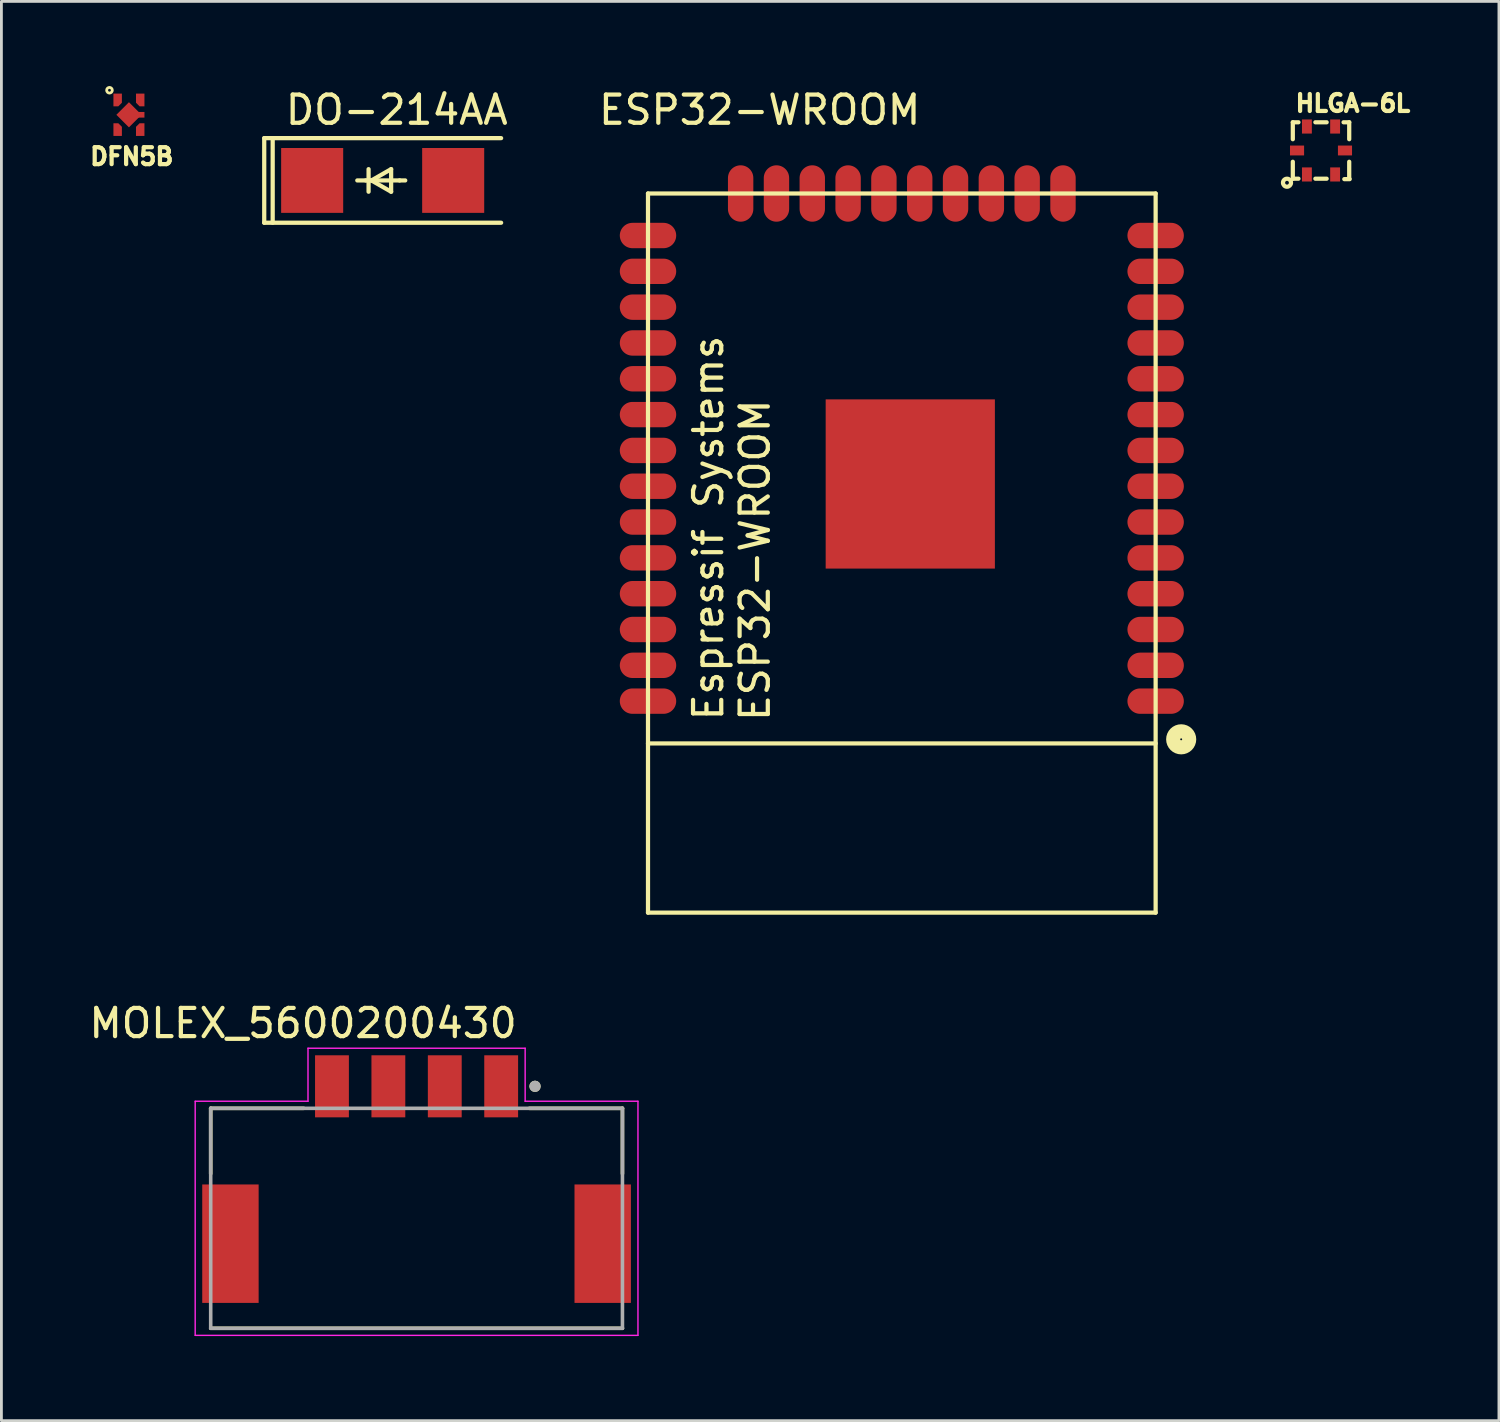
<source format=kicad_pcb>
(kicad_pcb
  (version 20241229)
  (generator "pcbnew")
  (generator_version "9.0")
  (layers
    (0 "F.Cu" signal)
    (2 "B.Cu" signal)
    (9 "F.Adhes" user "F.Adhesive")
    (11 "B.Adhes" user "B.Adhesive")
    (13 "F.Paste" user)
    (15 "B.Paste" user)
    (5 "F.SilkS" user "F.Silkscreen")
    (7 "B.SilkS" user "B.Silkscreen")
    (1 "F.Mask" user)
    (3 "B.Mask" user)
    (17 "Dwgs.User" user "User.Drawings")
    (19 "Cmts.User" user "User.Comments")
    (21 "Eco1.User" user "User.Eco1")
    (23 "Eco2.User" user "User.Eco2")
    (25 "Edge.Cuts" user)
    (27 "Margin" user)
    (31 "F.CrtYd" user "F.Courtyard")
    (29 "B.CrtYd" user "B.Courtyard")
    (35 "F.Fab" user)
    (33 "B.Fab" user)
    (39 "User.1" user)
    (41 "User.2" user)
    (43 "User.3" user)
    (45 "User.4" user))
  (footprint "MOLEX_5600200430"
    (layer "F.Cu")
    (at 11.721 39.474)
    (property "Reference" "MOLEX_5600200430" (at -4.025 -6.24 0) (layer "F.SilkS") (effects (font (size 1 1) (thickness 0.15))))
    (attr through_hole)
    (fp_line (start -7.3 -3.225) (end -4 -3.225) (stroke (width 0.127) (type solid)) (layer "F.SilkS"))
    (fp_line (start -7.3 -0.905) (end -7.3 -3.225) (stroke (width 0.127) (type solid)) (layer "F.SilkS"))
    (fp_line (start 4 -3.225) (end 7.3 -3.225) (stroke (width 0.127) (type solid)) (layer "F.SilkS"))
    (fp_line (start 7.3 -3.225) (end 7.3 -0.905) (stroke (width 0.127) (type solid)) (layer "F.SilkS"))
    (fp_line (start 7.3 4.575) (end -7.3 4.575) (stroke (width 0.127) (type solid)) (layer "F.SilkS"))
    (fp_circle (center 4.2 -4.005) (end 4.3 -4.005) (stroke (width 0.2) (type solid)) (fill no) (layer "F.SilkS"))
    (fp_line (start -7.85 -3.475) (end -7.85 4.825) (stroke (width 0.05) (type solid)) (layer "F.CrtYd"))
    (fp_line (start -7.85 4.825) (end 7.85 4.825) (stroke (width 0.05) (type solid)) (layer "F.CrtYd"))
    (fp_line (start -3.85 -5.355) (end -3.85 -3.475) (stroke (width 0.05) (type solid)) (layer "F.CrtYd"))
    (fp_line (start -3.85 -3.475) (end -7.85 -3.475) (stroke (width 0.05) (type solid)) (layer "F.CrtYd"))
    (fp_line (start 3.85 -5.355) (end -3.85 -5.355) (stroke (width 0.05) (type solid)) (layer "F.CrtYd"))
    (fp_line (start 3.85 -3.475) (end 3.85 -5.355) (stroke (width 0.05) (type solid)) (layer "F.CrtYd"))
    (fp_line (start 7.85 -3.475) (end 3.85 -3.475) (stroke (width 0.05) (type solid)) (layer "F.CrtYd"))
    (fp_line (start 7.85 4.825) (end 7.85 -3.475) (stroke (width 0.05) (type solid)) (layer "F.CrtYd"))
    (fp_line (start -7.3 -3.225) (end -7.3 4.575) (stroke (width 0.127) (type solid)) (layer "F.Fab"))
    (fp_line (start -7.3 4.575) (end 7.3 4.575) (stroke (width 0.127) (type solid)) (layer "F.Fab"))
    (fp_line (start 7.3 -3.225) (end -7.3 -3.225) (stroke (width 0.127) (type solid)) (layer "F.Fab"))
    (fp_line (start 7.3 4.575) (end 7.3 -3.225) (stroke (width 0.127) (type solid)) (layer "F.Fab"))
    (fp_circle (center 4.2 -4.005) (end 4.3 -4.005) (stroke (width 0.2) (type solid)) (fill no) (layer "F.Fab"))
    (pad "1" smd rect (at 3 -4.005) (size 1.2 2.2) (layers "F.Cu" "F.Mask" "F.Paste"))
    (pad "2" smd rect (at 1 -4.005) (size 1.2 2.2) (layers "F.Cu" "F.Mask" "F.Paste"))
    (pad "3" smd rect (at -1 -4.005) (size 1.2 2.2) (layers "F.Cu" "F.Mask" "F.Paste"))
    (pad "4" smd rect (at -3 -4.005) (size 1.2 2.2) (layers "F.Cu" "F.Mask" "F.Paste"))
    (pad "S1" smd rect (at -6.6 1.575) (size 2 4.2) (layers "F.Cu" "F.Mask" "F.Paste"))
    (pad "S2" smd rect (at 6.6 1.575) (size 2 4.2) (layers "F.Cu" "F.Mask" "F.Paste")))
  (footprint "DFN5B"
    (layer "F.Cu")
    (at 1.522 1.02)
    (property "Reference" "DFN5B" (at 0.1 1.48 0) (layer "F.SilkS") (effects (font (size 0.6 0.6) (thickness 0.15))))
    (attr through_hole)
    (fp_circle (center -0.69 -0.87) (end -0.59 -0.87) (stroke (width 0.1) (type solid)) (fill no) (layer "F.SilkS"))
    (pad "1" smd custom (at -0.4 -0.525 180) (size 0.1 0.1) (layers "F.Cu" "F.Mask" "F.Paste") (options (anchor rect)) (primitives (gr_poly (pts (xy -0.15 0.225) (xy 0.15 0.225) (xy 0.15 -0.225) (xy -0.023 -0.225) (xy -0.15 -0.098)) (width 0) (fill yes))))
    (pad "2" smd custom (at -0.4 0.525) (size 0.1 0.1) (layers "F.Cu" "F.Mask" "F.Paste") (options (anchor rect)) (primitives (gr_poly (pts (xy -0.15 0.225) (xy -0.15 -0.225) (xy 0.023 -0.225) (xy 0.15 -0.098) (xy 0.15 0.225)) (width 0) (fill yes))))
    (pad "3" smd custom (at 0.4 0.525) (size 0.1 0.1) (layers "F.Cu" "F.Mask" "F.Paste") (options (anchor rect)) (primitives (gr_poly (pts (xy -0.15 0.225) (xy 0.15 0.225) (xy 0.15 -0.225) (xy -0.023 -0.225) (xy -0.15 -0.098)) (width 0) (fill yes))))
    (pad "4" smd custom (at 0.4 -0.525 180) (size 0.1 0.1) (layers "F.Cu" "F.Mask" "F.Paste") (options (anchor rect)) (primitives (gr_poly (pts (xy -0.15 0.225) (xy -0.15 -0.225) (xy 0.023 -0.225) (xy 0.15 -0.098) (xy 0.15 0.225)) (width 0) (fill yes))))
    (pad "5" smd rect (at 0 0 45) (size 0.63 0.63) (layers "F.Cu" "F.Mask" "F.Paste"))
    (pad "5" smd custom (at 0.275 0) (size 0.55 0.2) (layers "F.Cu" "F.Mask" "F.Paste") (options (anchor rect)) (primitives)))
  (footprint "ESP32-WROOM"
    (layer "F.Cu")
    (at 28.927 16.561)
    (property "Reference" "ESP32-WROOM" (at -5.039 -15.713 0) (layer "F.SilkS") (effects (font (size 1 1) (thickness 0.15))))
    (attr through_hole)
    (fp_line (start -9 -12.75) (end 9 -12.75) (stroke (width 0.15) (type solid)) (layer "F.SilkS"))
    (fp_line (start -9 6.75) (end 9 6.75) (stroke (width 0.15) (type solid)) (layer "F.SilkS"))
    (fp_line (start -9 12.75) (end -9 -12.75) (stroke (width 0.15) (type solid)) (layer "F.SilkS"))
    (fp_line (start -9 12.75) (end 9 12.75) (stroke (width 0.15) (type solid)) (layer "F.SilkS"))
    (fp_line (start 9 12.75) (end 9 -12.75) (stroke (width 0.15) (type solid)) (layer "F.SilkS"))
    (fp_circle (center 9.906 6.604) (end 10.033 6.858) (stroke (width 0.5) (type solid)) (fill no) (layer "F.SilkS"))
    (fp_text user "ESP32-WROOM" (at -5.207 0.254 90) (layer "F.SilkS") (effects (font (size 1 1) (thickness 0.15))))
    (fp_text user "Espressif Systems" (at -6.858 -0.889 90) (layer "F.SilkS") (effects (font (size 1 1) (thickness 0.15))))
    (pad "1" smd oval (at 9 5.25) (size 2 0.9) (layers "F.Cu" "F.Mask" "F.Paste"))
    (pad "2" smd oval (at 9 3.98) (size 2 0.9) (layers "F.Cu" "F.Mask" "F.Paste"))
    (pad "3" smd oval (at 9 2.71) (size 2 0.9) (layers "F.Cu" "F.Mask" "F.Paste"))
    (pad "4" smd oval (at 9 1.44) (size 2 0.9) (layers "F.Cu" "F.Mask" "F.Paste"))
    (pad "5" smd oval (at 9 0.17) (size 2 0.9) (layers "F.Cu" "F.Mask" "F.Paste"))
    (pad "6" smd oval (at 9 -1.1) (size 2 0.9) (layers "F.Cu" "F.Mask" "F.Paste"))
    (pad "7" smd oval (at 9 -2.37) (size 2 0.9) (layers "F.Cu" "F.Mask" "F.Paste"))
    (pad "8" smd oval (at 9 -3.64) (size 2 0.9) (layers "F.Cu" "F.Mask" "F.Paste"))
    (pad "9" smd oval (at 9 -4.91) (size 2 0.9) (layers "F.Cu" "F.Mask" "F.Paste"))
    (pad "10" smd oval (at 9 -6.18) (size 2 0.9) (layers "F.Cu" "F.Mask" "F.Paste"))
    (pad "11" smd oval (at 9 -7.45) (size 2 0.9) (layers "F.Cu" "F.Mask" "F.Paste"))
    (pad "12" smd oval (at 9 -8.72) (size 2 0.9) (layers "F.Cu" "F.Mask" "F.Paste"))
    (pad "13" smd oval (at 9 -9.99) (size 2 0.9) (layers "F.Cu" "F.Mask" "F.Paste"))
    (pad "14" smd oval (at 9 -11.26) (size 2 0.9) (layers "F.Cu" "F.Mask" "F.Paste"))
    (pad "15" smd oval (at 5.715 -12.75) (size 0.9 2) (layers "F.Cu" "F.Mask" "F.Paste"))
    (pad "16" smd oval (at 4.445 -12.75) (size 0.9 2) (layers "F.Cu" "F.Mask" "F.Paste"))
    (pad "17" smd oval (at 3.175 -12.75) (size 0.9 2) (layers "F.Cu" "F.Mask" "F.Paste"))
    (pad "18" smd oval (at 1.905 -12.75) (size 0.9 2) (layers "F.Cu" "F.Mask" "F.Paste"))
    (pad "19" smd oval (at 0.635 -12.75) (size 0.9 2) (layers "F.Cu" "F.Mask" "F.Paste"))
    (pad "20" smd oval (at -0.635 -12.75) (size 0.9 2) (layers "F.Cu" "F.Mask" "F.Paste"))
    (pad "21" smd oval (at -1.905 -12.75) (size 0.9 2) (layers "F.Cu" "F.Mask" "F.Paste"))
    (pad "22" smd oval (at -3.175 -12.75) (size 0.9 2) (layers "F.Cu" "F.Mask" "F.Paste"))
    (pad "23" smd oval (at -4.445 -12.75) (size 0.9 2) (layers "F.Cu" "F.Mask" "F.Paste"))
    (pad "24" smd oval (at -5.715 -12.75) (size 0.9 2) (layers "F.Cu" "F.Mask" "F.Paste"))
    (pad "25" smd oval (at -9 -11.26) (size 2 0.9) (layers "F.Cu" "F.Mask" "F.Paste"))
    (pad "26" smd oval (at -9 -9.99) (size 2 0.9) (layers "F.Cu" "F.Mask" "F.Paste"))
    (pad "27" smd oval (at -9 -8.72) (size 2 0.9) (layers "F.Cu" "F.Mask" "F.Paste"))
    (pad "28" smd oval (at -9 -7.45) (size 2 0.9) (layers "F.Cu" "F.Mask" "F.Paste"))
    (pad "29" smd oval (at -9 -6.18) (size 2 0.9) (layers "F.Cu" "F.Mask" "F.Paste"))
    (pad "30" smd oval (at -9 -4.91) (size 2 0.9) (layers "F.Cu" "F.Mask" "F.Paste"))
    (pad "31" smd oval (at -9 -3.64) (size 2 0.9) (layers "F.Cu" "F.Mask" "F.Paste"))
    (pad "32" smd oval (at -9 -2.37) (size 2 0.9) (layers "F.Cu" "F.Mask" "F.Paste"))
    (pad "33" smd oval (at -9 -1.1) (size 2 0.9) (layers "F.Cu" "F.Mask" "F.Paste"))
    (pad "34" smd oval (at -9 0.17) (size 2 0.9) (layers "F.Cu" "F.Mask" "F.Paste"))
    (pad "35" smd oval (at -9 1.44) (size 2 0.9) (layers "F.Cu" "F.Mask" "F.Paste"))
    (pad "36" smd oval (at -9 2.71) (size 2 0.9) (layers "F.Cu" "F.Mask" "F.Paste"))
    (pad "37" smd oval (at -9 3.98) (size 2 0.9) (layers "F.Cu" "F.Mask" "F.Paste"))
    (pad "38" smd oval (at -9 5.25) (size 2 0.9) (layers "F.Cu" "F.Mask" "F.Paste"))
    (pad "39" smd rect (at 0.3 -2.45) (size 6 6) (layers "F.Cu" "F.Mask" "F.Paste")))
  (footprint "DO-214AA"
    (layer "F.Cu")
    (at 8.019 3.348)
    (property "Reference" "DO-214AA" (at 3 -2.5 0) (layer "F.SilkS") (effects (font (size 1 1) (thickness 0.15))))
    (attr smd)
    (fp_line (start -1.7 -1.5) (end -1.7 1.5) (stroke (width 0.15) (type solid)) (layer "F.SilkS"))
    (fp_line (start -1.7 -1.5) (end 6.7 -1.5) (stroke (width 0.15) (type solid)) (layer "F.SilkS"))
    (fp_line (start -1.7 1.5) (end 6.7 1.5) (stroke (width 0.15) (type solid)) (layer "F.SilkS"))
    (fp_line (start -1.4 -1.5) (end -1.4 1.5) (stroke (width 0.15) (type solid)) (layer "F.SilkS"))
    (fp_line (start 1.9 0) (end 1.6 0) (stroke (width 0.15) (type solid)) (layer "F.SilkS"))
    (fp_line (start 2 -0.4) (end 2 0.4) (stroke (width 0.15) (type solid)) (layer "F.SilkS"))
    (fp_line (start 2.1 0) (end 2.8 -0.4) (stroke (width 0.15) (type solid)) (layer "F.SilkS"))
    (fp_line (start 2.8 -0.4) (end 2.8 0.4) (stroke (width 0.15) (type solid)) (layer "F.SilkS"))
    (fp_line (start 2.8 0.4) (end 2.1 0) (stroke (width 0.15) (type solid)) (layer "F.SilkS"))
    (fp_line (start 3.1 0) (end 1.9 0) (stroke (width 0.15) (type solid)) (layer "F.SilkS"))
    (fp_line (start 3.1 0) (end 3.3 0) (stroke (width 0.15) (type solid)) (layer "F.SilkS"))
    (pad "1" smd rect (at 0 0) (size 2.2 2.3) (layers "F.Cu" "F.Mask" "F.Paste"))
    (pad "2" smd rect (at 5 0) (size 2.2 2.3) (layers "F.Cu" "F.Mask" "F.Paste")))
  (footprint "HLGA-6L"
    (layer "F.Cu")
    (at 43.791 2.286)
    (property "Reference" "HLGA-6L" (at 1.13 -1.672 0) (layer "F.SilkS") (effects (font (size 0.6 0.6) (thickness 0.15))))
    (attr through_hole)
    (fp_line (start -1 -1) (end -1 -0.4) (stroke (width 0.15) (type solid)) (layer "F.SilkS"))
    (fp_line (start -1 -1) (end -0.8 -1) (stroke (width 0.15) (type solid)) (layer "F.SilkS"))
    (fp_line (start -1 1) (end -1 0.4) (stroke (width 0.15) (type solid)) (layer "F.SilkS"))
    (fp_line (start -1 1) (end -0.8 1) (stroke (width 0.15) (type solid)) (layer "F.SilkS"))
    (fp_line (start -0.2 -1) (end 0.2 -1) (stroke (width 0.15) (type solid)) (layer "F.SilkS"))
    (fp_line (start -0.2 1) (end 0.2 1) (stroke (width 0.15) (type solid)) (layer "F.SilkS"))
    (fp_line (start 1 -1) (end 0.8 -1) (stroke (width 0.15) (type solid)) (layer "F.SilkS"))
    (fp_line (start 1 -1) (end 1 -0.4) (stroke (width 0.15) (type solid)) (layer "F.SilkS"))
    (fp_line (start 1 1) (end 1 0.4) (stroke (width 0.15) (type solid)) (layer "F.SilkS"))
    (fp_line (start 1.016 1.016) (end 0.826 1.016) (stroke (width 0.15) (type solid)) (layer "F.SilkS"))
    (fp_circle (center -1.206 1.143) (end -1.079 1.079) (stroke (width 0.15) (type solid)) (fill no) (layer "F.SilkS"))
    (pad "1" smd rect (at -0.5 0.85) (size 0.35 0.5) (layers "F.Cu" "F.Mask" "F.Paste"))
    (pad "2" smd rect (at 0.5 0.85) (size 0.35 0.5) (layers "F.Cu" "F.Mask" "F.Paste"))
    (pad "3" smd rect (at 0.85 0) (size 0.5 0.35) (layers "F.Cu" "F.Mask" "F.Paste"))
    (pad "4" smd rect (at 0.5 -0.85) (size 0.35 0.5) (layers "F.Cu" "F.Mask" "F.Paste"))
    (pad "5" smd rect (at -0.5 -0.85) (size 0.35 0.5) (layers "F.Cu" "F.Mask" "F.Paste"))
    (pad "6" smd rect (at -0.85 0) (size 0.5 0.35) (layers "F.Cu" "F.Mask" "F.Paste")))
  (gr_rect
    (start -3 -3)
    (end 50.1 47.324)
    (stroke (width 0.1) (type default))
    (fill no)
    (layer "Edge.Cuts")))
</source>
